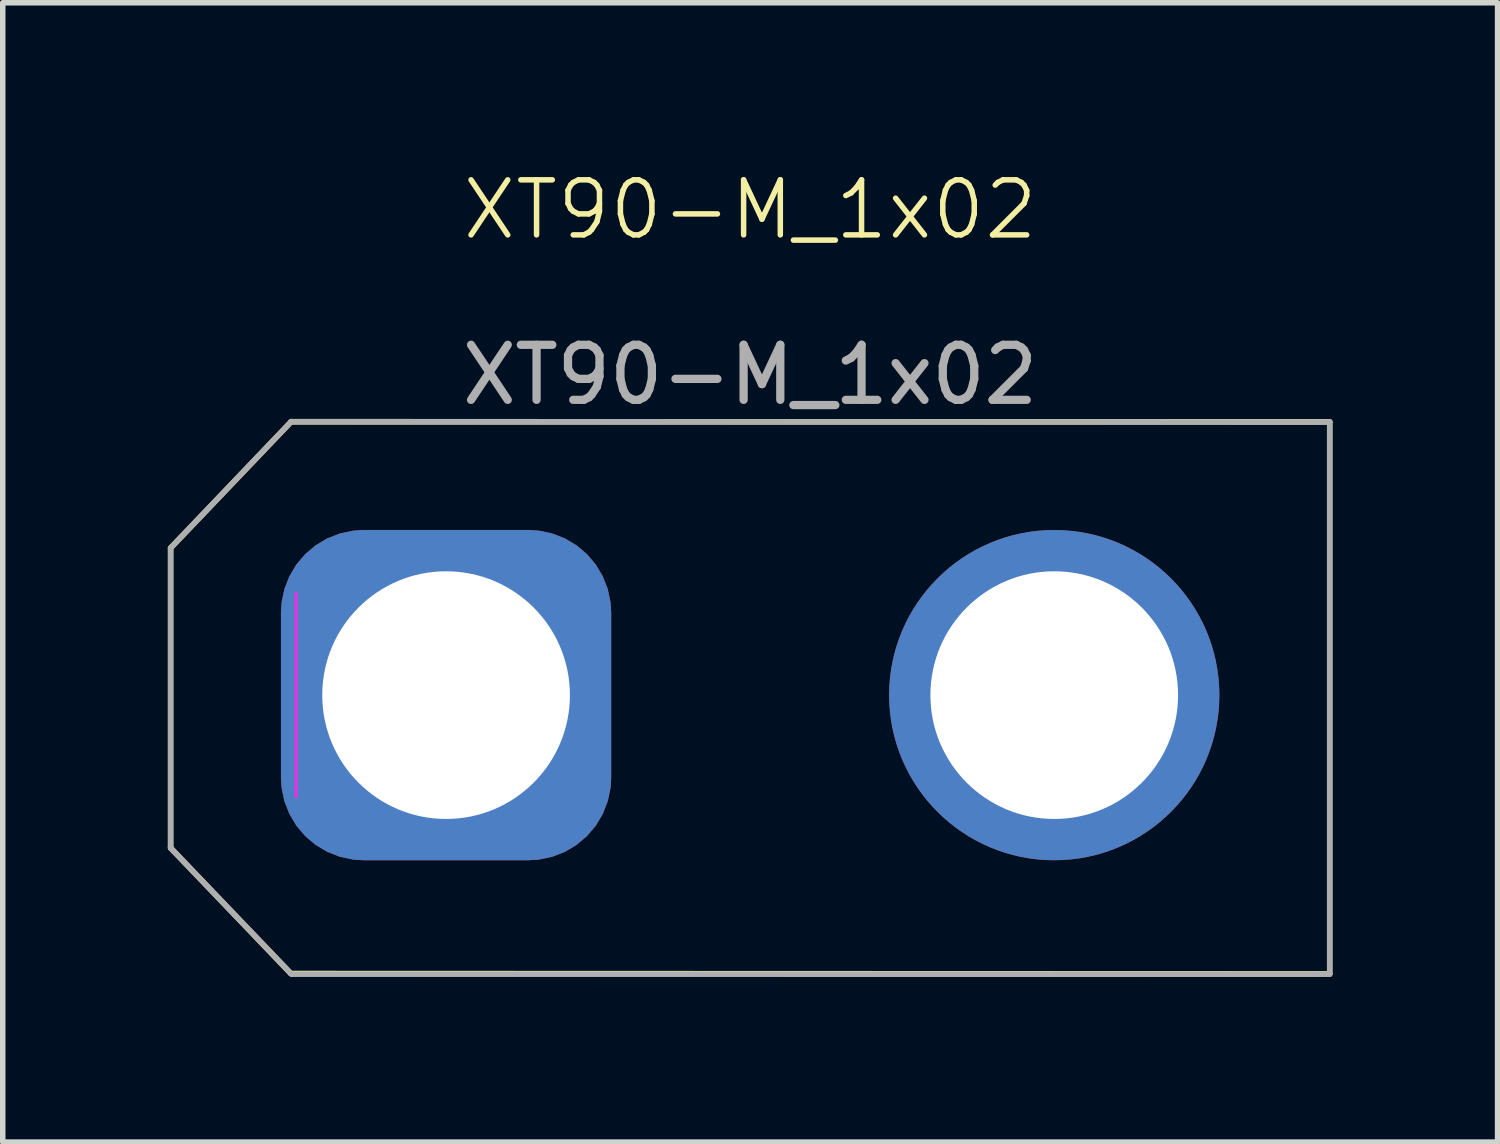
<source format=kicad_pcb>
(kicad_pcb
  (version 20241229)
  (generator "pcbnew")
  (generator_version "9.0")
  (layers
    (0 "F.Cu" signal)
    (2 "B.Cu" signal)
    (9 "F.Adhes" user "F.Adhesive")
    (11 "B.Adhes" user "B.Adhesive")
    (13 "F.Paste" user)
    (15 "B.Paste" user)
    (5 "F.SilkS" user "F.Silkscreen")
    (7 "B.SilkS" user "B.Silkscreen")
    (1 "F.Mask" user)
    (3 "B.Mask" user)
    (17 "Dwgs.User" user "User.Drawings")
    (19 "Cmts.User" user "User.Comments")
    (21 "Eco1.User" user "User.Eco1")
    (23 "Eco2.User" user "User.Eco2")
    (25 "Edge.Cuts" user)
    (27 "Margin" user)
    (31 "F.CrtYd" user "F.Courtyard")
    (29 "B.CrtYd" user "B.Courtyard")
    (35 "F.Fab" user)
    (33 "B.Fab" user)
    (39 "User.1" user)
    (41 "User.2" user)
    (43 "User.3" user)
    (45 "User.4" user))
  (footprint "XT90-M_1x02"
    (layer "F.Cu")
    (at 10.58 9.63)
    (property "Reference" "XT90-M_1x02" (at 0 -8.87 0) (unlocked yes) (layer "F.SilkS") (effects (font (size 1 1) (thickness 0.1))))
    (attr smd)
    (fp_line (start -10.53 -2.725) (end -10.53 2.725) (stroke (width 0.1) (type solid)) (layer "F.SilkS"))
    (fp_line (start -10.53 -2.725) (end -8.348 -5.008) (stroke (width 0.1) (type solid)) (layer "F.SilkS"))
    (fp_line (start -10.53 2.725) (end -8.348 5.008) (stroke (width 0.1) (type solid)) (layer "F.SilkS"))
    (fp_line (start -8.342 -5.015) (end 10.53 -5.015) (stroke (width 0.1) (type default)) (layer "F.SilkS"))
    (fp_line (start 10.53 -5.015) (end 10.53 5.015) (stroke (width 0.1) (type default)) (layer "F.SilkS"))
    (fp_line (start 10.53 5.015) (end -8.348 5.008) (stroke (width 0.1) (type default)) (layer "F.SilkS"))
    (fp_line (start -8.25 1.8) (end -8.25 -1.9) (stroke (width 0.05) (type solid)) (layer "F.CrtYd"))
    (fp_line (start -10.53 -2.72) (end -10.53 2.72) (stroke (width 0.1) (type default)) (layer "F.Fab"))
    (fp_line (start -10.53 -2.72) (end -8.34 -5.02) (stroke (width 0.1) (type default)) (layer "F.Fab"))
    (fp_line (start -10.53 2.72) (end -10.53 2.73) (stroke (width 0.1) (type default)) (layer "F.Fab"))
    (fp_line (start -8.34 -5.02) (end 10.53 -5.01) (stroke (width 0.1) (type default)) (layer "F.Fab"))
    (fp_line (start -8.33 5.02) (end -10.53 2.73) (stroke (width 0.1) (type default)) (layer "F.Fab"))
    (fp_line (start 10.53 -5.01) (end 10.53 5.02) (stroke (width 0.1) (type default)) (layer "F.Fab"))
    (fp_line (start 10.53 5.02) (end -8.33 5.02) (stroke (width 0.1) (type default)) (layer "F.Fab"))
    (fp_text user "${REFERENCE}" (at 0 -5.87 0) (unlocked yes) (layer "F.Fab") (effects (font (size 1 1) (thickness 0.15))))
    (pad "1" thru_hole roundrect (at -5.525 -0.05) (size 6 6) (drill 4.5) (layers "*.Cu" "*.Mask") (roundrect_rratio 0.25))
    (pad "2" thru_hole circle (at 5.525 -0.05) (size 6 6) (drill 4.5) (layers "*.Cu" "*.Mask")))
  (gr_rect
    (start -3 -3)
    (end 24.16 17.701)
    (stroke (width 0.1) (type default))
    (fill no)
    (layer "Edge.Cuts")))
</source>
